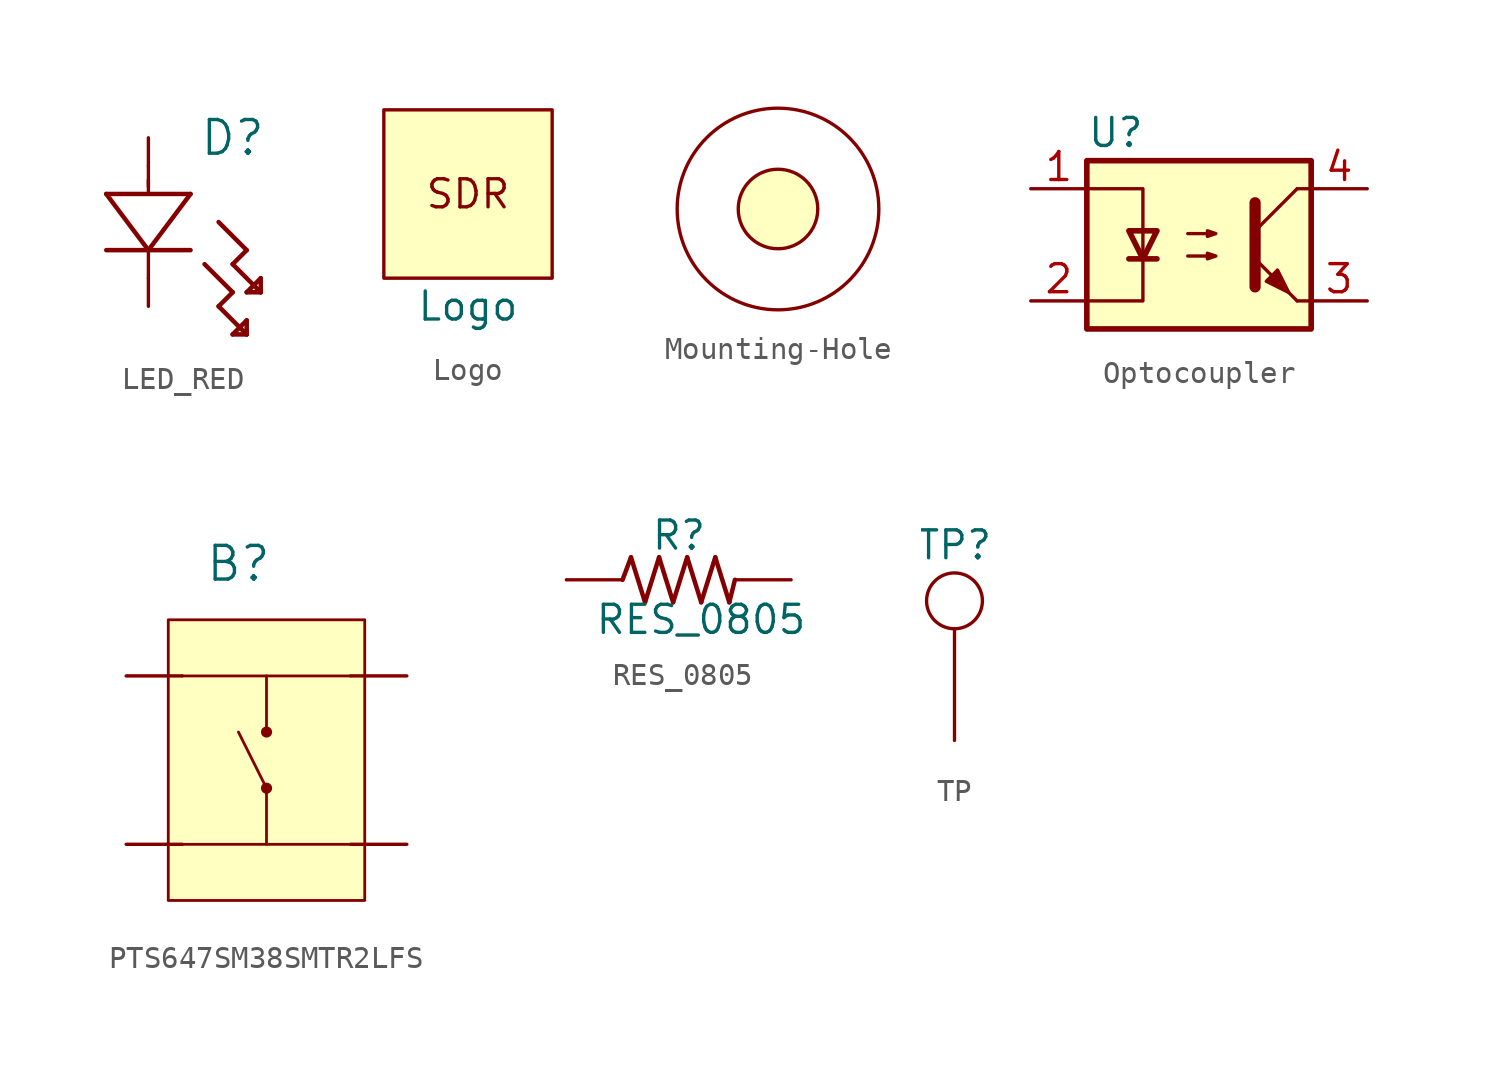
<source format=kicad_sym>
(kicad_symbol_lib
  (version 20220914)
  (generator kicad_symbol_editor)
  (symbol "LED_RED"
    (pin_numbers hide)
    (pin_names hide)
    (property "Reference" "D"
      (at 3.81 5.08 0)
      (effects (font (size 1.524 1.524))))
    (symbol "LED_RED_1_1"
      (polyline (pts (xy -1.905 0) (xy 1.905 0)) (stroke (width 0.203) (type default)) (fill (type none)))
      (polyline (pts (xy -1.905 2.54) (xy 0 0)) (stroke (width 0.203) (type default)) (fill (type none)))
      (polyline (pts (xy 0 0) (xy 0 -1.27)) (stroke (width 0.152) (type default)) (fill (type none)))
      (polyline (pts (xy 0 0) (xy 1.905 2.54)) (stroke (width 0.203) (type default)) (fill (type none)))
      (polyline (pts (xy 0 3.175) (xy 0 2.54)) (stroke (width 0.152) (type default)) (fill (type none)))
      (polyline (pts (xy 0 3.81) (xy 0 2.87)) (stroke (width 0.152) (type default)) (fill (type none)))
      (polyline (pts (xy 1.905 2.54) (xy -1.905 2.54)) (stroke (width 0.203) (type default)) (fill (type none)))
      (polyline (pts (xy 2.54 -0.635) (xy 3.81 -1.905)) (stroke (width 0.203) (type default)) (fill (type none)))
      (polyline (pts (xy 3.175 -2.54) (xy 4.445 -3.81)) (stroke (width 0.203) (type default)) (fill (type none)))
      (polyline (pts (xy 3.175 1.27) (xy 4.445 0)) (stroke (width 0.203) (type default)) (fill (type none)))
      (polyline (pts (xy 3.81 -3.81) (xy 4.445 -3.81)) (stroke (width 0.203) (type default)) (fill (type none)))
      (polyline (pts (xy 3.81 -1.905) (xy 3.175 -2.54)) (stroke (width 0.203) (type default)) (fill (type none)))
      (polyline (pts (xy 3.81 -0.635) (xy 5.08 -1.905)) (stroke (width 0.203) (type default)) (fill (type none)))
      (polyline (pts (xy 4.445 -3.81) (xy 4.445 -3.175)) (stroke (width 0.203) (type default)) (fill (type none)))
      (polyline (pts (xy 4.445 -3.175) (xy 3.81 -3.81)) (stroke (width 0.203) (type default)) (fill (type none)))
      (polyline (pts (xy 4.445 -1.905) (xy 5.08 -1.905)) (stroke (width 0.203) (type default)) (fill (type none)))
      (polyline (pts (xy 4.445 0) (xy 3.81 -0.635)) (stroke (width 0.203) (type default)) (fill (type none)))
      (polyline (pts (xy 5.08 -1.905) (xy 5.08 -1.27)) (stroke (width 0.203) (type default)) (fill (type none)))
      (polyline (pts (xy 5.08 -1.27) (xy 4.445 -1.905)) (stroke (width 0.203) (type default)) (fill (type none)))
      (pin passive line (at 0 -2.54 90) (length 1.27) (name "1" (effects (font (size 1.499 1.499)))) (number "1" (effects (font (size 1.499 1.499)))))
      (pin passive line (at 0 5.08 270) (length 1.27) (name "2" (effects (font (size 1.499 1.499)))) (number "2" (effects (font (size 1.499 1.499)))))))
  (symbol "Logo"
    (pin_names
      (offset 1.016))
    (property "Reference" "LOGO"
      (at 0 5.08 0)
      (effects (font (size 1.27 1.27)) hide))
    (property "Value" "Logo"
      (at 0 -5.08 0)
      (effects (font (size 1.27 1.27))))
    (symbol "Logo_0_0"
      (text "SDR" (at 0 0 0) (effects (font (size 1.27 1.27)))))
    (symbol "Logo_0_1"
      (rectangle (start -3.81 3.81) (end 3.81 -3.81) (stroke (width 0) (type default)) (fill (type background)))))
  (symbol "Mounting-Hole"
    (pin_names
      (offset 1.016))
    (property "Reference" "H"
      (at 0 6.35 0)
      (effects (font (size 1.27 1.27)) hide))
    (symbol "Mounting-Hole_0_1"
      (circle (center 0 0) (radius 1.803) (stroke (width 0) (type default)) (fill (type background)))
      (circle (center 0 0) (radius 4.572) (stroke (width 0) (type default)) (fill (type none)))))
  (symbol "Optocoupler"
    (pin_names
      (offset 1.016))
    (property "Reference" "U"
      (at -5.08 5.08 0)
      (effects (font (size 1.27 1.27)) (justify left)))
    (symbol "Optocoupler_0_1"
      (rectangle (start -5.08 3.81) (end 5.08 -3.81) (stroke (width 0.254) (type default)) (fill (type background)))
      (polyline (pts (xy -3.175 -0.635) (xy -1.905 -0.635)) (stroke (width 0.254) (type default)) (fill (type none)))
      (polyline (pts (xy 2.54 0.635) (xy 4.445 2.54)) (stroke (width 0) (type default)) (fill (type none)))
      (polyline (pts (xy 4.445 -2.54) (xy 2.54 -0.635)) (stroke (width 0) (type default)) (fill (type outline)))
      (polyline (pts (xy 4.445 -2.54) (xy 5.08 -2.54)) (stroke (width 0) (type default)) (fill (type none)))
      (polyline (pts (xy 4.445 2.54) (xy 5.08 2.54)) (stroke (width 0) (type default)) (fill (type none)))
      (polyline (pts (xy -5.08 2.54) (xy -2.54 2.54) (xy -2.54 -0.635)) (stroke (width 0) (type default)) (fill (type none)))
      (polyline (pts (xy -2.54 -0.635) (xy -2.54 -2.54) (xy -5.08 -2.54)) (stroke (width 0) (type default)) (fill (type none)))
      (polyline (pts (xy 2.54 1.905) (xy 2.54 -1.905) (xy 2.54 -1.905)) (stroke (width 0.508) (type default)) (fill (type none)))
      (polyline (pts (xy -2.54 -0.635) (xy -3.175 0.635) (xy -1.905 0.635) (xy -2.54 -0.635)) (stroke (width 0.254) (type default)) (fill (type none)))
      (polyline (pts (xy -0.508 -0.508) (xy 0.762 -0.508) (xy 0.381 -0.635) (xy 0.381 -0.381) (xy 0.762 -0.508)) (stroke (width 0) (type default)) (fill (type none)))
      (polyline (pts (xy -0.508 0.508) (xy 0.762 0.508) (xy 0.381 0.381) (xy 0.381 0.635) (xy 0.762 0.508)) (stroke (width 0) (type default)) (fill (type none)))
      (polyline (pts (xy 3.048 -1.651) (xy 3.556 -1.143) (xy 4.064 -2.159) (xy 3.048 -1.651) (xy 3.048 -1.651)) (stroke (width 0) (type default)) (fill (type outline))))
    (symbol "Optocoupler_1_1"
      (pin passive line (at -7.62 2.54 0) (length 2.54) (name "~" (effects (font (size 1.27 1.27)))) (number "1" (effects (font (size 1.27 1.27)))))
      (pin passive line (at -7.62 -2.54 0) (length 2.54) (name "~" (effects (font (size 1.27 1.27)))) (number "2" (effects (font (size 1.27 1.27)))))
      (pin passive line (at 7.62 -2.54 180) (length 2.54) (name "~" (effects (font (size 1.27 1.27)))) (number "3" (effects (font (size 1.27 1.27)))))
      (pin passive line (at 7.62 2.54 180) (length 2.54) (name "~" (effects (font (size 1.27 1.27)))) (number "4" (effects (font (size 1.27 1.27)))))))
  (symbol "PTS647SM38SMTR2LFS"
    (pin_numbers hide)
    (pin_names
      (offset 0.254) hide)
    (property "Reference" "B"
      (at -1.27 8.89 0)
      (effects (font (size 1.524 1.524))))
    (symbol "PTS647SM38SMTR2LFS_1_1"
      (rectangle (start -4.445 6.35) (end 4.445 -6.35) (stroke (width 0.127) (type default)) (fill (type background)))
      (circle (center 0 -1.27) (radius 0.127) (stroke (width 0.254) (type default)) (fill (type none)))
      (polyline (pts (xy -3.81 -3.81) (xy 3.81 -3.81)) (stroke (width 0.127) (type default)) (fill (type none)))
      (polyline (pts (xy -3.81 3.81) (xy 3.81 3.81)) (stroke (width 0.127) (type default)) (fill (type none)))
      (polyline (pts (xy 0 -1.27) (xy -1.27 1.27)) (stroke (width 0.127) (type default)) (fill (type none)))
      (polyline (pts (xy 0 -1.27) (xy 0 -3.81)) (stroke (width 0.127) (type default)) (fill (type none)))
      (polyline (pts (xy 0 3.81) (xy 0 1.27)) (stroke (width 0.127) (type default)) (fill (type none)))
      (circle (center 0 1.27) (radius 0.127) (stroke (width 0.254) (type default)) (fill (type none)))
      (arc (start 0.127 -1.27) (mid 0.127 -1.27) (end 0.127 -1.27) (stroke (width 0.254) (type default)) (fill (type none)))
      (arc (start 0.127 1.27) (mid 0.127 1.27) (end 0.127 1.27) (stroke (width 0.254) (type default)) (fill (type none)))
      (pin passive line (at -6.35 3.81 0) (length 2.54) (name "1" (effects (font (size 1.499 1.499)))) (number "1" (effects (font (size 1.499 1.499)))))
      (pin passive line (at 6.35 3.81 180) (length 2.54) (name "2" (effects (font (size 1.499 1.499)))) (number "2" (effects (font (size 1.499 1.499)))))
      (pin passive line (at -6.35 -3.81 0) (length 2.54) (name "3" (effects (font (size 1.499 1.499)))) (number "3" (effects (font (size 1.499 1.499)))))
      (pin passive line (at 6.35 -3.81 180) (length 2.54) (name "4" (effects (font (size 1.499 1.499)))) (number "4" (effects (font (size 1.499 1.499)))))))
  (symbol "RES_0805"
    (pin_numbers hide)
    (pin_names
      (offset 1.016) hide)
    (property "Reference" "R"
      (at -1.27 1.27 0)
      (effects (font (size 1.27 1.27)) (justify left bottom)))
    (property "Value" "RES_0805"
      (at -3.81 -2.54 0)
      (effects (font (size 1.27 1.27)) (justify left bottom)))
    (symbol "RES_0805_0_0"
      (polyline (pts (xy -2.54 0) (xy -2.159 1.016)) (stroke (width 0.203) (type default)) (fill (type none)))
      (polyline (pts (xy -2.159 1.016) (xy -1.524 -1.016)) (stroke (width 0.203) (type default)) (fill (type none)))
      (polyline (pts (xy -1.524 -1.016) (xy -0.889 1.016)) (stroke (width 0.203) (type default)) (fill (type none)))
      (polyline (pts (xy -0.889 1.016) (xy -0.254 -1.016)) (stroke (width 0.203) (type default)) (fill (type none)))
      (polyline (pts (xy -0.254 -1.016) (xy 0.381 1.016)) (stroke (width 0.203) (type default)) (fill (type none)))
      (polyline (pts (xy 0.381 1.016) (xy 1.016 -1.016)) (stroke (width 0.203) (type default)) (fill (type none)))
      (polyline (pts (xy 1.016 -1.016) (xy 1.651 1.016)) (stroke (width 0.203) (type default)) (fill (type none)))
      (polyline (pts (xy 1.651 1.016) (xy 2.286 -1.016)) (stroke (width 0.203) (type default)) (fill (type none)))
      (polyline (pts (xy 2.286 -1.016) (xy 2.54 0)) (stroke (width 0.203) (type default)) (fill (type none)))
      (pin passive line (at -5.08 0 0) (length 2.54) (name "~" (effects (font (size 1.016 1.016)))) (number "1" (effects (font (size 1.016 1.016)))))
      (pin passive line (at 5.08 0 180) (length 2.54) (name "~" (effects (font (size 1.016 1.016)))) (number "2" (effects (font (size 1.016 1.016)))))))
  (symbol "TP"
    (pin_numbers hide)
    (pin_names
      (offset 1.016) hide)
    (property "Reference" "TP"
      (at 0 8.89 0)
      (effects (font (size 1.27 1.27))))
    (symbol "TP_0_1"
      (circle (center 0 6.35) (radius 1.27) (stroke (width 0) (type default)) (fill (type none))))
    (symbol "TP_1_1"
      (pin passive line (at 0 0 90) (length 5.08) (name "~" (effects (font (size 1.499 1.499)))) (number "1" (effects (font (size 1.499 1.499))))))))
</source>
